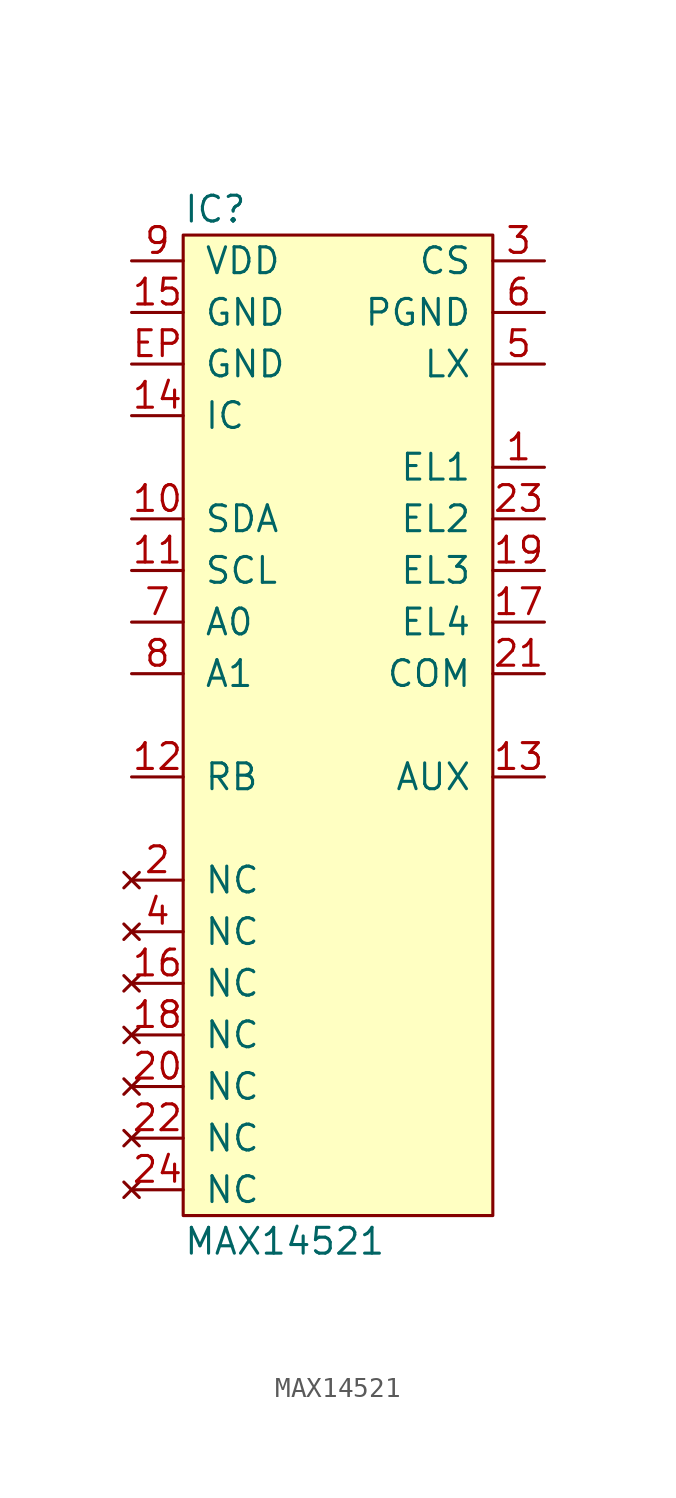
<source format=kicad_sym>
(kicad_symbol_lib
  (version 20211014)
  (generator agg_kicad.build_lib_ic)
  (symbol "MAX14521"
    (pin_names
      (offset 1.016))
    (property Reference IC
      (at -7.62 25.4 0)
      (effects (font (size 1.27 1.27)) (justify left)))
    (property Value "MAX14521"
      (at -7.62 -25.4 0)
      (effects (font (size 1.27 1.27)) (justify left)))
    (symbol "MAX14521_0_0"
      (rectangle (start -7.62 24.13) (end 7.62 -24.13) (stroke (width 0) (type default) (color 0 0 0 0)) (fill (type background)))
      (pin power_in line (at -10.16 22.86 0) (length 2.54) (name VDD (effects (font (size 1.27 1.27)))) (number "9" (effects (font (size 1.27 1.27)))))
      (pin power_in line (at -10.16 20.32 0) (length 2.54) (name GND (effects (font (size 1.27 1.27)))) (number "15" (effects (font (size 1.27 1.27)))))
      (pin power_in line (at -10.16 17.78 0) (length 2.54) (name GND (effects (font (size 1.27 1.27)))) (number EP (effects (font (size 1.27 1.27)))))
      (pin power_in line (at -10.16 15.24 0) (length 2.54) (name IC (effects (font (size 1.27 1.27)))) (number "14" (effects (font (size 1.27 1.27)))))
      (pin open_collector line (at -10.16 10.16 0) (length 2.54) (name SDA (effects (font (size 1.27 1.27)))) (number "10" (effects (font (size 1.27 1.27)))))
      (pin input line (at -10.16 7.62 0) (length 2.54) (name SCL (effects (font (size 1.27 1.27)))) (number "11" (effects (font (size 1.27 1.27)))))
      (pin input line (at -10.16 5.08 0) (length 2.54) (name "A0" (effects (font (size 1.27 1.27)))) (number "7" (effects (font (size 1.27 1.27)))))
      (pin input line (at -10.16 2.54 0) (length 2.54) (name "A1" (effects (font (size 1.27 1.27)))) (number "8" (effects (font (size 1.27 1.27)))))
      (pin input line (at -10.16 -2.54 0) (length 2.54) (name RB (effects (font (size 1.27 1.27)))) (number "12" (effects (font (size 1.27 1.27)))))
      (pin no_connect line (at -10.16 -7.62 0) (length 2.54) (name NC (effects (font (size 1.27 1.27)))) (number "2" (effects (font (size 1.27 1.27)))))
      (pin no_connect line (at -10.16 -10.16 0) (length 2.54) (name NC (effects (font (size 1.27 1.27)))) (number "4" (effects (font (size 1.27 1.27)))))
      (pin no_connect line (at -10.16 -12.7 0) (length 2.54) (name NC (effects (font (size 1.27 1.27)))) (number "16" (effects (font (size 1.27 1.27)))))
      (pin no_connect line (at -10.16 -15.24 0) (length 2.54) (name NC (effects (font (size 1.27 1.27)))) (number "18" (effects (font (size 1.27 1.27)))))
      (pin no_connect line (at -10.16 -17.78 0) (length 2.54) (name NC (effects (font (size 1.27 1.27)))) (number "20" (effects (font (size 1.27 1.27)))))
      (pin no_connect line (at -10.16 -20.32 0) (length 2.54) (name NC (effects (font (size 1.27 1.27)))) (number "22" (effects (font (size 1.27 1.27)))))
      (pin no_connect line (at -10.16 -22.86 0) (length 2.54) (name NC (effects (font (size 1.27 1.27)))) (number "24" (effects (font (size 1.27 1.27)))))
      (pin passive line (at 10.16 22.86 180) (length 2.54) (name CS (effects (font (size 1.27 1.27)))) (number "3" (effects (font (size 1.27 1.27)))))
      (pin power_in line (at 10.16 20.32 180) (length 2.54) (name PGND (effects (font (size 1.27 1.27)))) (number "6" (effects (font (size 1.27 1.27)))))
      (pin passive line (at 10.16 17.78 180) (length 2.54) (name LX (effects (font (size 1.27 1.27)))) (number "5" (effects (font (size 1.27 1.27)))))
      (pin power_out line (at 10.16 12.7 180) (length 2.54) (name "EL1" (effects (font (size 1.27 1.27)))) (number "1" (effects (font (size 1.27 1.27)))))
      (pin power_out line (at 10.16 10.16 180) (length 2.54) (name "EL2" (effects (font (size 1.27 1.27)))) (number "23" (effects (font (size 1.27 1.27)))))
      (pin power_out line (at 10.16 7.62 180) (length 2.54) (name "EL3" (effects (font (size 1.27 1.27)))) (number "19" (effects (font (size 1.27 1.27)))))
      (pin power_out line (at 10.16 5.08 180) (length 2.54) (name "EL4" (effects (font (size 1.27 1.27)))) (number "17" (effects (font (size 1.27 1.27)))))
      (pin power_out line (at 10.16 2.54 180) (length 2.54) (name COM (effects (font (size 1.27 1.27)))) (number "21" (effects (font (size 1.27 1.27)))))
      (pin input line (at 10.16 -2.54 180) (length 2.54) (name AUX (effects (font (size 1.27 1.27)))) (number "13" (effects (font (size 1.27 1.27))))))))
</source>
